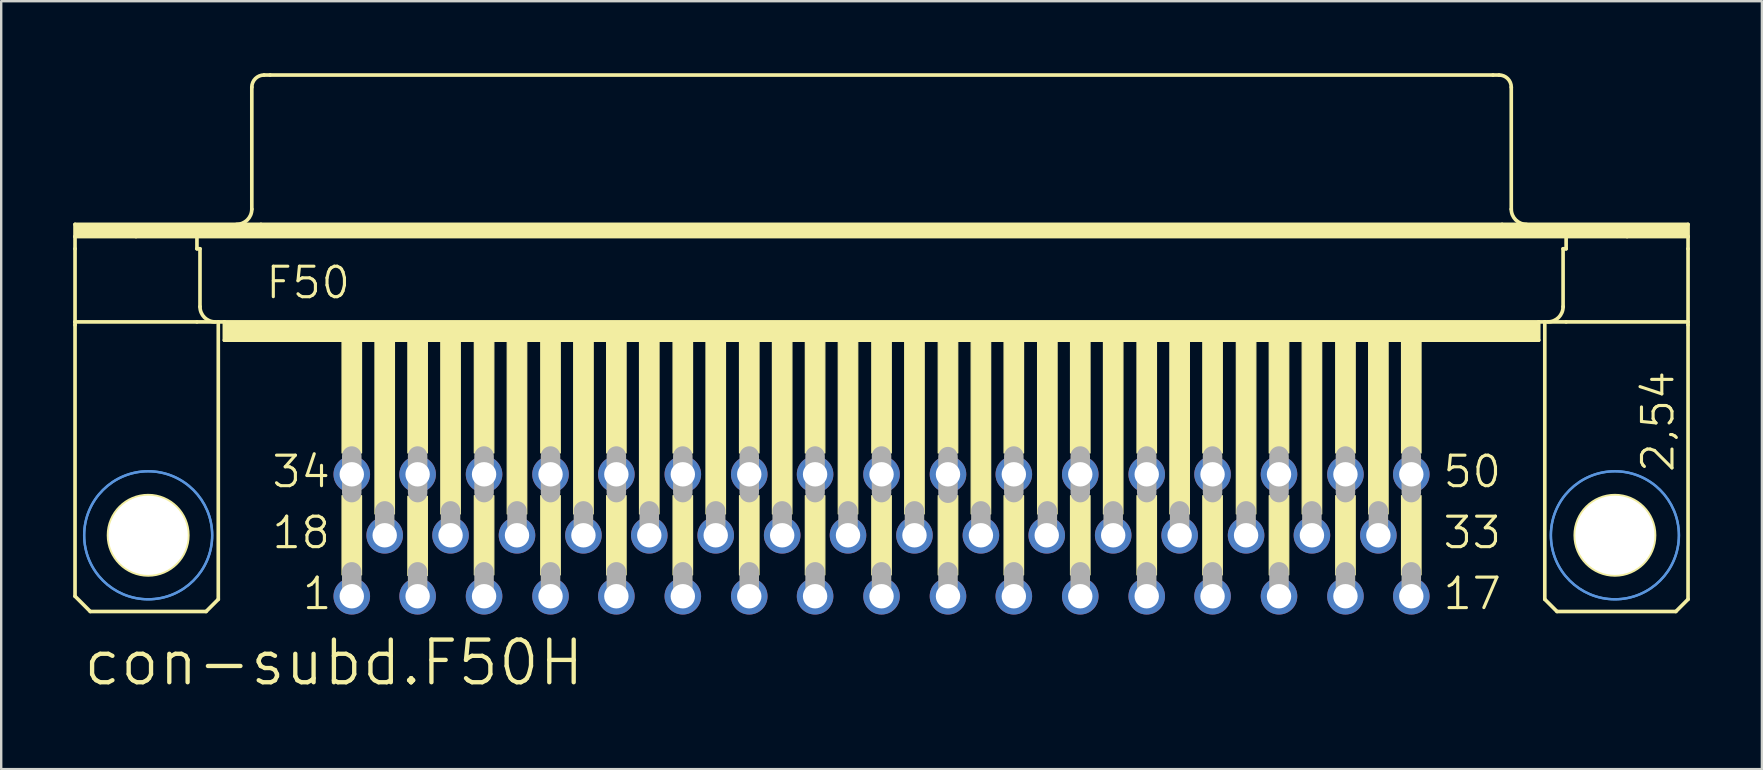
<source format=kicad_pcb>
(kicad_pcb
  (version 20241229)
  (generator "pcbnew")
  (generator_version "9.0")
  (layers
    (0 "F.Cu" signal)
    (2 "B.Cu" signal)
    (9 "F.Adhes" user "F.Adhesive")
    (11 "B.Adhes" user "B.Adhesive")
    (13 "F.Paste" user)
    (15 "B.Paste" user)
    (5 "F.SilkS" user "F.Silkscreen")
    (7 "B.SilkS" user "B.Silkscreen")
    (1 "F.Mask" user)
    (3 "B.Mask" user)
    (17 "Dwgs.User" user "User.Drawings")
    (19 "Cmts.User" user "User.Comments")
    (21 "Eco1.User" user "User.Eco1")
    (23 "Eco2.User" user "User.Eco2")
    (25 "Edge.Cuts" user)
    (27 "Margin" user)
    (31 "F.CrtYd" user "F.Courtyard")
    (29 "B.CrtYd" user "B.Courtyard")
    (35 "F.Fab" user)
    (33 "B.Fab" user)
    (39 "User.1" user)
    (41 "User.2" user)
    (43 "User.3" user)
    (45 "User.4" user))
  (footprint "con-subd.F50H"
    (layer "F.Cu")
    (at 33.68 19.253)
    (property "Reference" "con-subd.F50H" (at -33.35 6.35 0) (layer "F.SilkS") (effects (font (size 1.778 1.778) (thickness 0.18)) (justify left bottom)))
    (attr through_hole)
    (fp_line (start -33.604 -12.954) (end -25.857 -12.954) (stroke (width 0.152) (type default)) (layer "F.SilkS"))
    (fp_line (start -33.604 -12.446) (end -33.604 -12.954) (stroke (width 0.152) (type default)) (layer "F.SilkS"))
    (fp_line (start -33.604 -12.446) (end -31.064 -12.446) (stroke (width 0.152) (type default)) (layer "F.SilkS"))
    (fp_line (start -33.604 -11.938) (end -33.604 -12.446) (stroke (width 0.152) (type default)) (layer "F.SilkS"))
    (fp_line (start -33.604 -8.89) (end -33.604 -11.938) (stroke (width 0.152) (type default)) (layer "F.SilkS"))
    (fp_line (start -33.604 -8.89) (end -33.604 -8.763) (stroke (width 0.152) (type default)) (layer "F.SilkS"))
    (fp_line (start -33.604 -8.89) (end -28.524 -8.89) (stroke (width 0.152) (type default)) (layer "F.SilkS"))
    (fp_line (start -33.604 2.54) (end -33.604 -8.763) (stroke (width 0.152) (type default)) (layer "F.SilkS"))
    (fp_line (start -32.969 3.175) (end -33.604 2.54) (stroke (width 0.152) (type default)) (layer "F.SilkS"))
    (fp_line (start -31.064 -12.446) (end -28.524 -12.446) (stroke (width 0.152) (type default)) (layer "F.SilkS"))
    (fp_line (start -28.524 -12.446) (end 28.524 -12.446) (stroke (width 0.152) (type default)) (layer "F.SilkS"))
    (fp_line (start -28.524 -11.938) (end -28.524 -12.446) (stroke (width 0.152) (type default)) (layer "F.SilkS"))
    (fp_line (start -28.524 -11.938) (end -28.397 -11.938) (stroke (width 0.152) (type default)) (layer "F.SilkS"))
    (fp_line (start -28.524 -8.89) (end -27.635 -8.89) (stroke (width 0.152) (type default)) (layer "F.SilkS"))
    (fp_line (start -28.397 -9.525) (end -28.397 -11.938) (stroke (width 0.152) (type default)) (layer "F.SilkS"))
    (fp_line (start -28.143 3.175) (end -32.969 3.175) (stroke (width 0.152) (type default)) (layer "F.SilkS"))
    (fp_line (start -28.143 3.175) (end -27.635 2.667) (stroke (width 0.152) (type default)) (layer "F.SilkS"))
    (fp_line (start -27.635 -8.89) (end -27.381 -8.89) (stroke (width 0.152) (type default)) (layer "F.SilkS"))
    (fp_line (start -27.635 2.667) (end -27.635 -8.89) (stroke (width 0.152) (type default)) (layer "F.SilkS"))
    (fp_line (start -27.381 -8.89) (end -27.381 -8.128) (stroke (width 0.152) (type default)) (layer "F.SilkS"))
    (fp_line (start -27.381 -8.89) (end 27.381 -8.89) (stroke (width 0.152) (type default)) (layer "F.SilkS"))
    (fp_line (start -27.381 -8.128) (end 27.381 -8.128) (stroke (width 0.152) (type default)) (layer "F.SilkS"))
    (fp_line (start -26.238 -13.589) (end -26.238 -18.669) (stroke (width 0.152) (type default)) (layer "F.SilkS"))
    (fp_line (start -25.857 -12.954) (end 25.857 -12.954) (stroke (width 0.152) (type default)) (layer "F.SilkS"))
    (fp_line (start -25.73 -19.177) (end -25.476 -19.177) (stroke (width 0.152) (type default)) (layer "F.SilkS"))
    (fp_line (start -25.476 -19.177) (end 25.476 -19.177) (stroke (width 0.152) (type default)) (layer "F.SilkS"))
    (fp_line (start 25.476 -19.177) (end 25.73 -19.177) (stroke (width 0.152) (type default)) (layer "F.SilkS"))
    (fp_line (start 25.857 -12.954) (end 33.604 -12.954) (stroke (width 0.152) (type default)) (layer "F.SilkS"))
    (fp_line (start 26.238 -13.589) (end 26.238 -18.669) (stroke (width 0.152) (type default)) (layer "F.SilkS"))
    (fp_line (start 27.381 -8.89) (end 27.381 -8.128) (stroke (width 0.152) (type default)) (layer "F.SilkS"))
    (fp_line (start 27.381 -8.89) (end 27.635 -8.89) (stroke (width 0.152) (type default)) (layer "F.SilkS"))
    (fp_line (start 27.635 -8.89) (end 28.524 -8.89) (stroke (width 0.152) (type default)) (layer "F.SilkS"))
    (fp_line (start 27.635 2.667) (end 27.635 -8.89) (stroke (width 0.152) (type default)) (layer "F.SilkS"))
    (fp_line (start 27.635 2.667) (end 28.143 3.175) (stroke (width 0.152) (type default)) (layer "F.SilkS"))
    (fp_line (start 28.143 3.175) (end 33.096 3.175) (stroke (width 0.152) (type default)) (layer "F.SilkS"))
    (fp_line (start 28.397 -11.938) (end 28.524 -11.938) (stroke (width 0.152) (type default)) (layer "F.SilkS"))
    (fp_line (start 28.397 -9.525) (end 28.397 -11.938) (stroke (width 0.152) (type default)) (layer "F.SilkS"))
    (fp_line (start 28.524 -12.446) (end 31.064 -12.446) (stroke (width 0.152) (type default)) (layer "F.SilkS"))
    (fp_line (start 28.524 -11.938) (end 28.524 -12.446) (stroke (width 0.152) (type default)) (layer "F.SilkS"))
    (fp_line (start 28.524 -8.89) (end 33.604 -8.89) (stroke (width 0.152) (type default)) (layer "F.SilkS"))
    (fp_line (start 31.064 -12.446) (end 33.604 -12.446) (stroke (width 0.152) (type default)) (layer "F.SilkS"))
    (fp_line (start 33.096 3.175) (end 33.604 2.667) (stroke (width 0.152) (type default)) (layer "F.SilkS"))
    (fp_line (start 33.604 -12.954) (end 33.604 -12.446) (stroke (width 0.152) (type default)) (layer "F.SilkS"))
    (fp_line (start 33.604 -12.446) (end 33.604 -11.938) (stroke (width 0.152) (type default)) (layer "F.SilkS"))
    (fp_line (start 33.604 -11.938) (end 33.604 -8.89) (stroke (width 0.152) (type default)) (layer "F.SilkS"))
    (fp_line (start 33.604 -8.89) (end 33.604 -8.763) (stroke (width 0.152) (type default)) (layer "F.SilkS"))
    (fp_line (start 33.604 2.667) (end 33.604 -8.763) (stroke (width 0.152) (type default)) (layer "F.SilkS"))
    (fp_rect (start -33.579 -12.446) (end 33.604 -12.954) (stroke (width 0.05) (type default)) (fill yes) (layer "F.SilkS"))
    (fp_rect (start -27.356 -8.128) (end 27.381 -8.89) (stroke (width 0.05) (type default)) (fill yes) (layer "F.SilkS"))
    (fp_rect (start -22.479 -3.429) (end -21.666 -8.128) (stroke (width 0.05) (type default)) (fill yes) (layer "F.SilkS"))
    (fp_rect (start -22.479 1.651) (end -21.666 -1.651) (stroke (width 0.05) (type default)) (fill yes) (layer "F.SilkS"))
    (fp_rect (start -21.107 -0.889) (end -20.295 -8.128) (stroke (width 0.05) (type default)) (fill yes) (layer "F.SilkS"))
    (fp_rect (start -19.736 -3.429) (end -18.923 -8.128) (stroke (width 0.05) (type default)) (fill yes) (layer "F.SilkS"))
    (fp_rect (start -19.736 1.676) (end -18.923 -1.626) (stroke (width 0.05) (type default)) (fill yes) (layer "F.SilkS"))
    (fp_rect (start -18.364 -0.889) (end -17.551 -8.128) (stroke (width 0.05) (type default)) (fill yes) (layer "F.SilkS"))
    (fp_rect (start -16.967 -3.429) (end -16.154 -8.128) (stroke (width 0.05) (type default)) (fill yes) (layer "F.SilkS"))
    (fp_rect (start -16.967 1.651) (end -16.154 -1.651) (stroke (width 0.05) (type default)) (fill yes) (layer "F.SilkS"))
    (fp_rect (start -15.596 -0.889) (end -14.783 -8.128) (stroke (width 0.05) (type default)) (fill yes) (layer "F.SilkS"))
    (fp_rect (start -14.199 -3.429) (end -13.386 -8.128) (stroke (width 0.05) (type default)) (fill yes) (layer "F.SilkS"))
    (fp_rect (start -14.199 1.651) (end -13.386 -1.651) (stroke (width 0.05) (type default)) (fill yes) (layer "F.SilkS"))
    (fp_rect (start -12.827 -0.889) (end -12.014 -8.128) (stroke (width 0.05) (type default)) (fill yes) (layer "F.SilkS"))
    (fp_rect (start -11.455 -3.429) (end -10.643 -8.128) (stroke (width 0.05) (type default)) (fill yes) (layer "F.SilkS"))
    (fp_rect (start -11.455 1.651) (end -10.643 -1.651) (stroke (width 0.05) (type default)) (fill yes) (layer "F.SilkS"))
    (fp_rect (start -10.084 -0.889) (end -9.271 -8.128) (stroke (width 0.05) (type default)) (fill yes) (layer "F.SilkS"))
    (fp_rect (start -8.687 -3.429) (end -7.874 -8.128) (stroke (width 0.05) (type default)) (fill yes) (layer "F.SilkS"))
    (fp_rect (start -8.687 1.651) (end -7.874 -1.651) (stroke (width 0.05) (type default)) (fill yes) (layer "F.SilkS"))
    (fp_rect (start -7.315 -0.889) (end -6.502 -8.128) (stroke (width 0.05) (type default)) (fill yes) (layer "F.SilkS"))
    (fp_rect (start -5.918 -3.429) (end -5.105 -8.128) (stroke (width 0.05) (type default)) (fill yes) (layer "F.SilkS"))
    (fp_rect (start -5.918 1.651) (end -5.105 -1.651) (stroke (width 0.05) (type default)) (fill yes) (layer "F.SilkS"))
    (fp_rect (start -4.547 -0.889) (end -3.734 -8.128) (stroke (width 0.05) (type default)) (fill yes) (layer "F.SilkS"))
    (fp_rect (start -3.175 -3.429) (end -2.362 -8.128) (stroke (width 0.05) (type default)) (fill yes) (layer "F.SilkS"))
    (fp_rect (start -3.175 1.651) (end -2.362 -1.651) (stroke (width 0.05) (type default)) (fill yes) (layer "F.SilkS"))
    (fp_rect (start -1.803 -0.889) (end -0.991 -8.128) (stroke (width 0.05) (type default)) (fill yes) (layer "F.SilkS"))
    (fp_rect (start -0.406 -3.429) (end 0.406 -8.128) (stroke (width 0.05) (type default)) (fill yes) (layer "F.SilkS"))
    (fp_rect (start -0.406 1.651) (end 0.406 -1.651) (stroke (width 0.05) (type default)) (fill yes) (layer "F.SilkS"))
    (fp_rect (start 0.965 -0.889) (end 1.778 -8.128) (stroke (width 0.05) (type default)) (fill yes) (layer "F.SilkS"))
    (fp_rect (start 2.362 -3.429) (end 3.175 -8.128) (stroke (width 0.05) (type default)) (fill yes) (layer "F.SilkS"))
    (fp_rect (start 2.362 1.651) (end 3.175 -1.651) (stroke (width 0.05) (type default)) (fill yes) (layer "F.SilkS"))
    (fp_rect (start 3.734 -0.889) (end 4.547 -8.128) (stroke (width 0.05) (type default)) (fill yes) (layer "F.SilkS"))
    (fp_rect (start 5.105 -3.429) (end 5.918 -8.128) (stroke (width 0.05) (type default)) (fill yes) (layer "F.SilkS"))
    (fp_rect (start 5.105 1.651) (end 5.918 -1.651) (stroke (width 0.05) (type default)) (fill yes) (layer "F.SilkS"))
    (fp_rect (start 6.502 -0.889) (end 7.315 -8.128) (stroke (width 0.05) (type default)) (fill yes) (layer "F.SilkS"))
    (fp_rect (start 7.874 -3.429) (end 8.687 -8.128) (stroke (width 0.05) (type default)) (fill yes) (layer "F.SilkS"))
    (fp_rect (start 7.874 1.651) (end 8.687 -1.651) (stroke (width 0.05) (type default)) (fill yes) (layer "F.SilkS"))
    (fp_rect (start 9.246 -0.889) (end 10.058 -8.128) (stroke (width 0.05) (type default)) (fill yes) (layer "F.SilkS"))
    (fp_rect (start 10.643 -3.429) (end 11.455 -8.128) (stroke (width 0.05) (type default)) (fill yes) (layer "F.SilkS"))
    (fp_rect (start 10.643 1.651) (end 11.455 -1.651) (stroke (width 0.05) (type default)) (fill yes) (layer "F.SilkS"))
    (fp_rect (start 12.014 -0.889) (end 12.827 -8.128) (stroke (width 0.05) (type default)) (fill yes) (layer "F.SilkS"))
    (fp_rect (start 13.386 -3.429) (end 14.199 -8.128) (stroke (width 0.05) (type default)) (fill yes) (layer "F.SilkS"))
    (fp_rect (start 13.386 1.651) (end 14.199 -1.651) (stroke (width 0.05) (type default)) (fill yes) (layer "F.SilkS"))
    (fp_rect (start 14.783 -0.889) (end 15.596 -8.128) (stroke (width 0.05) (type default)) (fill yes) (layer "F.SilkS"))
    (fp_rect (start 16.154 -3.429) (end 16.967 -8.128) (stroke (width 0.05) (type default)) (fill yes) (layer "F.SilkS"))
    (fp_rect (start 16.154 1.651) (end 16.967 -1.651) (stroke (width 0.05) (type default)) (fill yes) (layer "F.SilkS"))
    (fp_rect (start 17.526 -0.889) (end 18.339 -8.128) (stroke (width 0.05) (type default)) (fill yes) (layer "F.SilkS"))
    (fp_rect (start 18.923 -3.429) (end 19.736 -8.128) (stroke (width 0.05) (type default)) (fill yes) (layer "F.SilkS"))
    (fp_rect (start 18.923 1.651) (end 19.736 -1.651) (stroke (width 0.05) (type default)) (fill yes) (layer "F.SilkS"))
    (fp_rect (start 20.295 -0.889) (end 21.107 -8.128) (stroke (width 0.05) (type default)) (fill yes) (layer "F.SilkS"))
    (fp_rect (start 21.666 -3.429) (end 22.479 -8.128) (stroke (width 0.05) (type default)) (fill yes) (layer "F.SilkS"))
    (fp_rect (start 21.666 1.651) (end 22.479 -1.651) (stroke (width 0.05) (type default)) (fill yes) (layer "F.SilkS"))
    (fp_arc (start -27.7622 -8.89) (mid -28.211213 -9.075987) (end -28.3972 -9.525) (stroke (width 0.1524) (type default)) (layer "F.SilkS"))
    (fp_arc (start -26.2382 -18.669) (mid -26.08941 -19.02821) (end -25.7302 -19.177) (stroke (width 0.1524) (type default)) (layer "F.SilkS"))
    (fp_arc (start -26.2382 -13.589) (mid -26.424187 -13.139987) (end -26.8732 -12.954) (stroke (width 0.1524) (type default)) (layer "F.SilkS"))
    (fp_arc (start 25.7302 -19.177) (mid 26.08941 -19.02821) (end 26.2382 -18.669) (stroke (width 0.1524) (type default)) (layer "F.SilkS"))
    (fp_arc (start 26.8732 -12.954) (mid 26.424187 -13.139987) (end 26.2382 -13.589) (stroke (width 0.1524) (type default)) (layer "F.SilkS"))
    (fp_arc (start 28.3972 -9.525) (mid 28.211213 -9.075987) (end 27.7622 -8.89) (stroke (width 0.1524) (type default)) (layer "F.SilkS"))
    (fp_circle (center -30.556 0) (end -28.905 0) (stroke (width 0.152) (type default)) (fill no) (layer "F.SilkS"))
    (fp_circle (center 30.556 0) (end 32.207 0) (stroke (width 0.152) (type default)) (fill no) (layer "F.SilkS"))
    (fp_circle (center -30.556 0) (end -27.889 0) (stroke (width 0.1) (type default)) (fill no) (layer "Cmts.User"))
    (fp_circle (center -30.556 0) (end -27.889 0) (stroke (width 0.1) (type default)) (fill no) (layer "Cmts.User"))
    (fp_circle (center 30.556 0) (end 33.223 0) (stroke (width 0.1) (type default)) (fill no) (layer "Cmts.User"))
    (fp_circle (center 30.556 0) (end 33.223 0) (stroke (width 0.1) (type default)) (fill no) (layer "Cmts.User"))
    (fp_line (start -22.073 -1.778) (end -22.073 -3.302) (stroke (width 0.813) (type default)) (layer "F.Fab"))
    (fp_line (start -22.073 2.54) (end -22.073 1.524) (stroke (width 0.813) (type default)) (layer "F.Fab"))
    (fp_line (start -20.701 0) (end -20.701 -1.016) (stroke (width 0.813) (type default)) (layer "F.Fab"))
    (fp_line (start -19.329 -1.778) (end -19.329 -3.302) (stroke (width 0.813) (type default)) (layer "F.Fab"))
    (fp_line (start -19.329 2.54) (end -19.329 1.524) (stroke (width 0.813) (type default)) (layer "F.Fab"))
    (fp_line (start -17.958 0) (end -17.958 -1.016) (stroke (width 0.813) (type default)) (layer "F.Fab"))
    (fp_line (start -16.561 -1.778) (end -16.561 -3.302) (stroke (width 0.813) (type default)) (layer "F.Fab"))
    (fp_line (start -16.561 2.54) (end -16.561 1.524) (stroke (width 0.813) (type default)) (layer "F.Fab"))
    (fp_line (start -15.189 0) (end -15.189 -1.016) (stroke (width 0.813) (type default)) (layer "F.Fab"))
    (fp_line (start -13.792 -1.778) (end -13.792 -3.302) (stroke (width 0.813) (type default)) (layer "F.Fab"))
    (fp_line (start -13.792 2.54) (end -13.792 1.524) (stroke (width 0.813) (type default)) (layer "F.Fab"))
    (fp_line (start -12.421 0) (end -12.421 -1.016) (stroke (width 0.813) (type default)) (layer "F.Fab"))
    (fp_line (start -11.049 -1.778) (end -11.049 -3.302) (stroke (width 0.813) (type default)) (layer "F.Fab"))
    (fp_line (start -11.049 2.54) (end -11.049 1.524) (stroke (width 0.813) (type default)) (layer "F.Fab"))
    (fp_line (start -9.677 0) (end -9.677 -1.016) (stroke (width 0.813) (type default)) (layer "F.Fab"))
    (fp_line (start -8.28 -1.778) (end -8.28 -3.302) (stroke (width 0.813) (type default)) (layer "F.Fab"))
    (fp_line (start -8.28 2.54) (end -8.28 1.524) (stroke (width 0.813) (type default)) (layer "F.Fab"))
    (fp_line (start -6.909 0) (end -6.909 -1.016) (stroke (width 0.813) (type default)) (layer "F.Fab"))
    (fp_line (start -5.512 -1.778) (end -5.512 -3.302) (stroke (width 0.813) (type default)) (layer "F.Fab"))
    (fp_line (start -5.512 2.54) (end -5.512 1.524) (stroke (width 0.813) (type default)) (layer "F.Fab"))
    (fp_line (start -4.14 0) (end -4.14 -1.016) (stroke (width 0.813) (type default)) (layer "F.Fab"))
    (fp_line (start -2.769 -1.778) (end -2.769 -3.302) (stroke (width 0.813) (type default)) (layer "F.Fab"))
    (fp_line (start -2.769 2.54) (end -2.769 1.524) (stroke (width 0.813) (type default)) (layer "F.Fab"))
    (fp_line (start -1.397 0) (end -1.397 -1.016) (stroke (width 0.813) (type default)) (layer "F.Fab"))
    (fp_line (start 0 -1.778) (end 0 -3.302) (stroke (width 0.813) (type default)) (layer "F.Fab"))
    (fp_line (start 0 2.54) (end 0 1.524) (stroke (width 0.813) (type default)) (layer "F.Fab"))
    (fp_line (start 1.372 0) (end 1.372 -1.016) (stroke (width 0.813) (type default)) (layer "F.Fab"))
    (fp_line (start 2.769 -1.753) (end 2.769 -3.277) (stroke (width 0.813) (type default)) (layer "F.Fab"))
    (fp_line (start 2.769 2.54) (end 2.769 1.524) (stroke (width 0.813) (type default)) (layer "F.Fab"))
    (fp_line (start 4.14 0) (end 4.14 -1.016) (stroke (width 0.813) (type default)) (layer "F.Fab"))
    (fp_line (start 5.512 -1.778) (end 5.512 -3.302) (stroke (width 0.813) (type default)) (layer "F.Fab"))
    (fp_line (start 5.512 2.54) (end 5.512 1.524) (stroke (width 0.813) (type default)) (layer "F.Fab"))
    (fp_line (start 6.909 0) (end 6.909 -1.016) (stroke (width 0.813) (type default)) (layer "F.Fab"))
    (fp_line (start 8.28 -1.778) (end 8.28 -3.302) (stroke (width 0.813) (type default)) (layer "F.Fab"))
    (fp_line (start 8.28 2.54) (end 8.28 1.524) (stroke (width 0.813) (type default)) (layer "F.Fab"))
    (fp_line (start 9.652 0) (end 9.652 -1.016) (stroke (width 0.813) (type default)) (layer "F.Fab"))
    (fp_line (start 11.049 -1.778) (end 11.049 -3.302) (stroke (width 0.813) (type default)) (layer "F.Fab"))
    (fp_line (start 11.049 2.54) (end 11.049 1.524) (stroke (width 0.813) (type default)) (layer "F.Fab"))
    (fp_line (start 12.421 0) (end 12.421 -1.016) (stroke (width 0.813) (type default)) (layer "F.Fab"))
    (fp_line (start 13.792 -1.778) (end 13.792 -3.302) (stroke (width 0.813) (type default)) (layer "F.Fab"))
    (fp_line (start 13.792 2.54) (end 13.792 1.524) (stroke (width 0.813) (type default)) (layer "F.Fab"))
    (fp_line (start 15.189 0) (end 15.189 -1.016) (stroke (width 0.813) (type default)) (layer "F.Fab"))
    (fp_line (start 16.561 -1.778) (end 16.561 -3.302) (stroke (width 0.813) (type default)) (layer "F.Fab"))
    (fp_line (start 16.561 2.54) (end 16.561 1.524) (stroke (width 0.813) (type default)) (layer "F.Fab"))
    (fp_line (start 17.932 0) (end 17.932 -1.016) (stroke (width 0.813) (type default)) (layer "F.Fab"))
    (fp_line (start 19.329 -1.778) (end 19.329 -3.302) (stroke (width 0.813) (type default)) (layer "F.Fab"))
    (fp_line (start 19.329 2.54) (end 19.329 1.524) (stroke (width 0.813) (type default)) (layer "F.Fab"))
    (fp_line (start 20.701 0) (end 20.701 -1.016) (stroke (width 0.813) (type default)) (layer "F.Fab"))
    (fp_line (start 22.073 -1.778) (end 22.073 -3.302) (stroke (width 0.813) (type default)) (layer "F.Fab"))
    (fp_line (start 22.073 2.54) (end 22.073 1.524) (stroke (width 0.813) (type default)) (layer "F.Fab"))
    (fp_text user "2,54" (at 33.096 -2.54 90) (layer "F.SilkS") (effects (font (size 1.27 1.27) (thickness 0.13)) (justify left bottom)))
    (fp_text user "50" (at 23.317 -1.905 0) (layer "F.SilkS") (effects (font (size 1.27 1.27) (thickness 0.13)) (justify left bottom)))
    (fp_text user "34" (at -25.476 -1.905 0) (layer "F.SilkS") (effects (font (size 1.27 1.27) (thickness 0.13)) (justify left bottom)))
    (fp_text user "1" (at -24.206 3.175 0) (layer "F.SilkS") (effects (font (size 1.27 1.27) (thickness 0.13)) (justify left bottom)))
    (fp_text user "33" (at 23.317 0.635 0) (layer "F.SilkS") (effects (font (size 1.27 1.27) (thickness 0.13)) (justify left bottom)))
    (fp_text user "17" (at 23.317 3.175 0) (layer "F.SilkS") (effects (font (size 1.27 1.27) (thickness 0.13)) (justify left bottom)))
    (fp_text user "18" (at -25.476 0.635 0) (layer "F.SilkS") (effects (font (size 1.27 1.27) (thickness 0.13)) (justify left bottom)))
    (fp_text user "F50" (at -25.73 -9.779 0) (layer "F.SilkS") (effects (font (size 1.27 1.27) (thickness 0.13)) (justify left bottom)))
    (pad "" np_thru_hole circle (at -30.556 0) (size 3.302 3.302) (drill 3.302) (layers "*.Cu" "*.Mask"))
    (pad "" np_thru_hole circle (at 30.556 0) (size 3.302 3.302) (drill 3.302) (layers "*.Cu" "*.Mask"))
    (pad "1" thru_hole circle (at -22.073 2.54) (size 1.524 1.524) (drill 1.016) (layers "*.Cu" "*.Mask"))
    (pad "2" thru_hole circle (at -19.329 2.54) (size 1.524 1.524) (drill 1.016) (layers "*.Cu" "*.Mask"))
    (pad "3" thru_hole circle (at -16.561 2.54) (size 1.524 1.524) (drill 1.016) (layers "*.Cu" "*.Mask"))
    (pad "4" thru_hole circle (at -13.792 2.54) (size 1.524 1.524) (drill 1.016) (layers "*.Cu" "*.Mask"))
    (pad "5" thru_hole circle (at -11.049 2.54) (size 1.524 1.524) (drill 1.016) (layers "*.Cu" "*.Mask"))
    (pad "6" thru_hole circle (at -8.28 2.54) (size 1.524 1.524) (drill 1.016) (layers "*.Cu" "*.Mask"))
    (pad "7" thru_hole circle (at -5.512 2.54) (size 1.524 1.524) (drill 1.016) (layers "*.Cu" "*.Mask"))
    (pad "8" thru_hole circle (at -2.769 2.54) (size 1.524 1.524) (drill 1.016) (layers "*.Cu" "*.Mask"))
    (pad "9" thru_hole circle (at 0 2.54) (size 1.524 1.524) (drill 1.016) (layers "*.Cu" "*.Mask"))
    (pad "10" thru_hole circle (at 2.769 2.54) (size 1.524 1.524) (drill 1.016) (layers "*.Cu" "*.Mask"))
    (pad "11" thru_hole circle (at 5.512 2.54) (size 1.524 1.524) (drill 1.016) (layers "*.Cu" "*.Mask"))
    (pad "12" thru_hole circle (at 8.28 2.54) (size 1.524 1.524) (drill 1.016) (layers "*.Cu" "*.Mask"))
    (pad "13" thru_hole circle (at 11.049 2.54) (size 1.524 1.524) (drill 1.016) (layers "*.Cu" "*.Mask"))
    (pad "14" thru_hole circle (at 13.792 2.54) (size 1.524 1.524) (drill 1.016) (layers "*.Cu" "*.Mask"))
    (pad "15" thru_hole circle (at 16.561 2.54) (size 1.524 1.524) (drill 1.016) (layers "*.Cu" "*.Mask"))
    (pad "16" thru_hole circle (at 19.329 2.54) (size 1.524 1.524) (drill 1.016) (layers "*.Cu" "*.Mask"))
    (pad "17" thru_hole circle (at 22.073 2.54) (size 1.524 1.524) (drill 1.016) (layers "*.Cu" "*.Mask"))
    (pad "18" thru_hole circle (at -20.701 0) (size 1.524 1.524) (drill 1.016) (layers "*.Cu" "*.Mask"))
    (pad "19" thru_hole circle (at -17.958 0) (size 1.524 1.524) (drill 1.016) (layers "*.Cu" "*.Mask"))
    (pad "20" thru_hole circle (at -15.189 0) (size 1.524 1.524) (drill 1.016) (layers "*.Cu" "*.Mask"))
    (pad "21" thru_hole circle (at -12.421 0) (size 1.524 1.524) (drill 1.016) (layers "*.Cu" "*.Mask"))
    (pad "22" thru_hole circle (at -9.677 0) (size 1.524 1.524) (drill 1.016) (layers "*.Cu" "*.Mask"))
    (pad "23" thru_hole circle (at -6.909 0) (size 1.524 1.524) (drill 1.016) (layers "*.Cu" "*.Mask"))
    (pad "24" thru_hole circle (at -4.14 0) (size 1.524 1.524) (drill 1.016) (layers "*.Cu" "*.Mask"))
    (pad "25" thru_hole circle (at -1.397 0) (size 1.524 1.524) (drill 1.016) (layers "*.Cu" "*.Mask"))
    (pad "26" thru_hole circle (at 1.372 0) (size 1.524 1.524) (drill 1.016) (layers "*.Cu" "*.Mask"))
    (pad "27" thru_hole circle (at 4.14 0) (size 1.524 1.524) (drill 1.016) (layers "*.Cu" "*.Mask"))
    (pad "28" thru_hole circle (at 6.883 0) (size 1.524 1.524) (drill 1.016) (layers "*.Cu" "*.Mask"))
    (pad "29" thru_hole circle (at 9.652 0) (size 1.524 1.524) (drill 1.016) (layers "*.Cu" "*.Mask"))
    (pad "30" thru_hole circle (at 12.421 0) (size 1.524 1.524) (drill 1.016) (layers "*.Cu" "*.Mask"))
    (pad "31" thru_hole circle (at 15.189 0) (size 1.524 1.524) (drill 1.016) (layers "*.Cu" "*.Mask"))
    (pad "32" thru_hole circle (at 17.932 0) (size 1.524 1.524) (drill 1.016) (layers "*.Cu" "*.Mask"))
    (pad "33" thru_hole circle (at 20.701 0) (size 1.524 1.524) (drill 1.016) (layers "*.Cu" "*.Mask"))
    (pad "34" thru_hole circle (at -22.073 -2.54) (size 1.524 1.524) (drill 1.016) (layers "*.Cu" "*.Mask"))
    (pad "35" thru_hole circle (at -19.329 -2.54) (size 1.524 1.524) (drill 1.016) (layers "*.Cu" "*.Mask"))
    (pad "36" thru_hole circle (at -16.561 -2.54) (size 1.524 1.524) (drill 1.016) (layers "*.Cu" "*.Mask"))
    (pad "37" thru_hole circle (at -13.792 -2.54) (size 1.524 1.524) (drill 1.016) (layers "*.Cu" "*.Mask"))
    (pad "38" thru_hole circle (at -11.049 -2.54) (size 1.524 1.524) (drill 1.016) (layers "*.Cu" "*.Mask"))
    (pad "39" thru_hole circle (at -8.28 -2.54) (size 1.524 1.524) (drill 1.016) (layers "*.Cu" "*.Mask"))
    (pad "40" thru_hole circle (at -5.512 -2.54) (size 1.524 1.524) (drill 1.016) (layers "*.Cu" "*.Mask"))
    (pad "41" thru_hole circle (at -2.769 -2.54) (size 1.524 1.524) (drill 1.016) (layers "*.Cu" "*.Mask"))
    (pad "42" thru_hole circle (at 0 -2.54) (size 1.524 1.524) (drill 1.016) (layers "*.Cu" "*.Mask"))
    (pad "43" thru_hole circle (at 2.769 -2.54) (size 1.524 1.524) (drill 1.016) (layers "*.Cu" "*.Mask"))
    (pad "44" thru_hole circle (at 5.512 -2.54) (size 1.524 1.524) (drill 1.016) (layers "*.Cu" "*.Mask"))
    (pad "45" thru_hole circle (at 8.28 -2.54) (size 1.524 1.524) (drill 1.016) (layers "*.Cu" "*.Mask"))
    (pad "46" thru_hole circle (at 11.049 -2.54) (size 1.524 1.524) (drill 1.016) (layers "*.Cu" "*.Mask"))
    (pad "47" thru_hole circle (at 13.792 -2.54) (size 1.524 1.524) (drill 1.016) (layers "*.Cu" "*.Mask"))
    (pad "48" thru_hole circle (at 16.561 -2.54) (size 1.524 1.524) (drill 1.016) (layers "*.Cu" "*.Mask"))
    (pad "49" thru_hole circle (at 19.329 -2.54) (size 1.524 1.524) (drill 1.016) (layers "*.Cu" "*.Mask"))
    (pad "50" thru_hole circle (at 22.073 -2.54) (size 1.524 1.524) (drill 1.016) (layers "*.Cu" "*.Mask")))
  (gr_rect
    (start -3 -3)
    (end 70.361 28.997)
    (stroke (width 0.1) (type default))
    (fill no)
    (layer "Edge.Cuts")))
</source>
